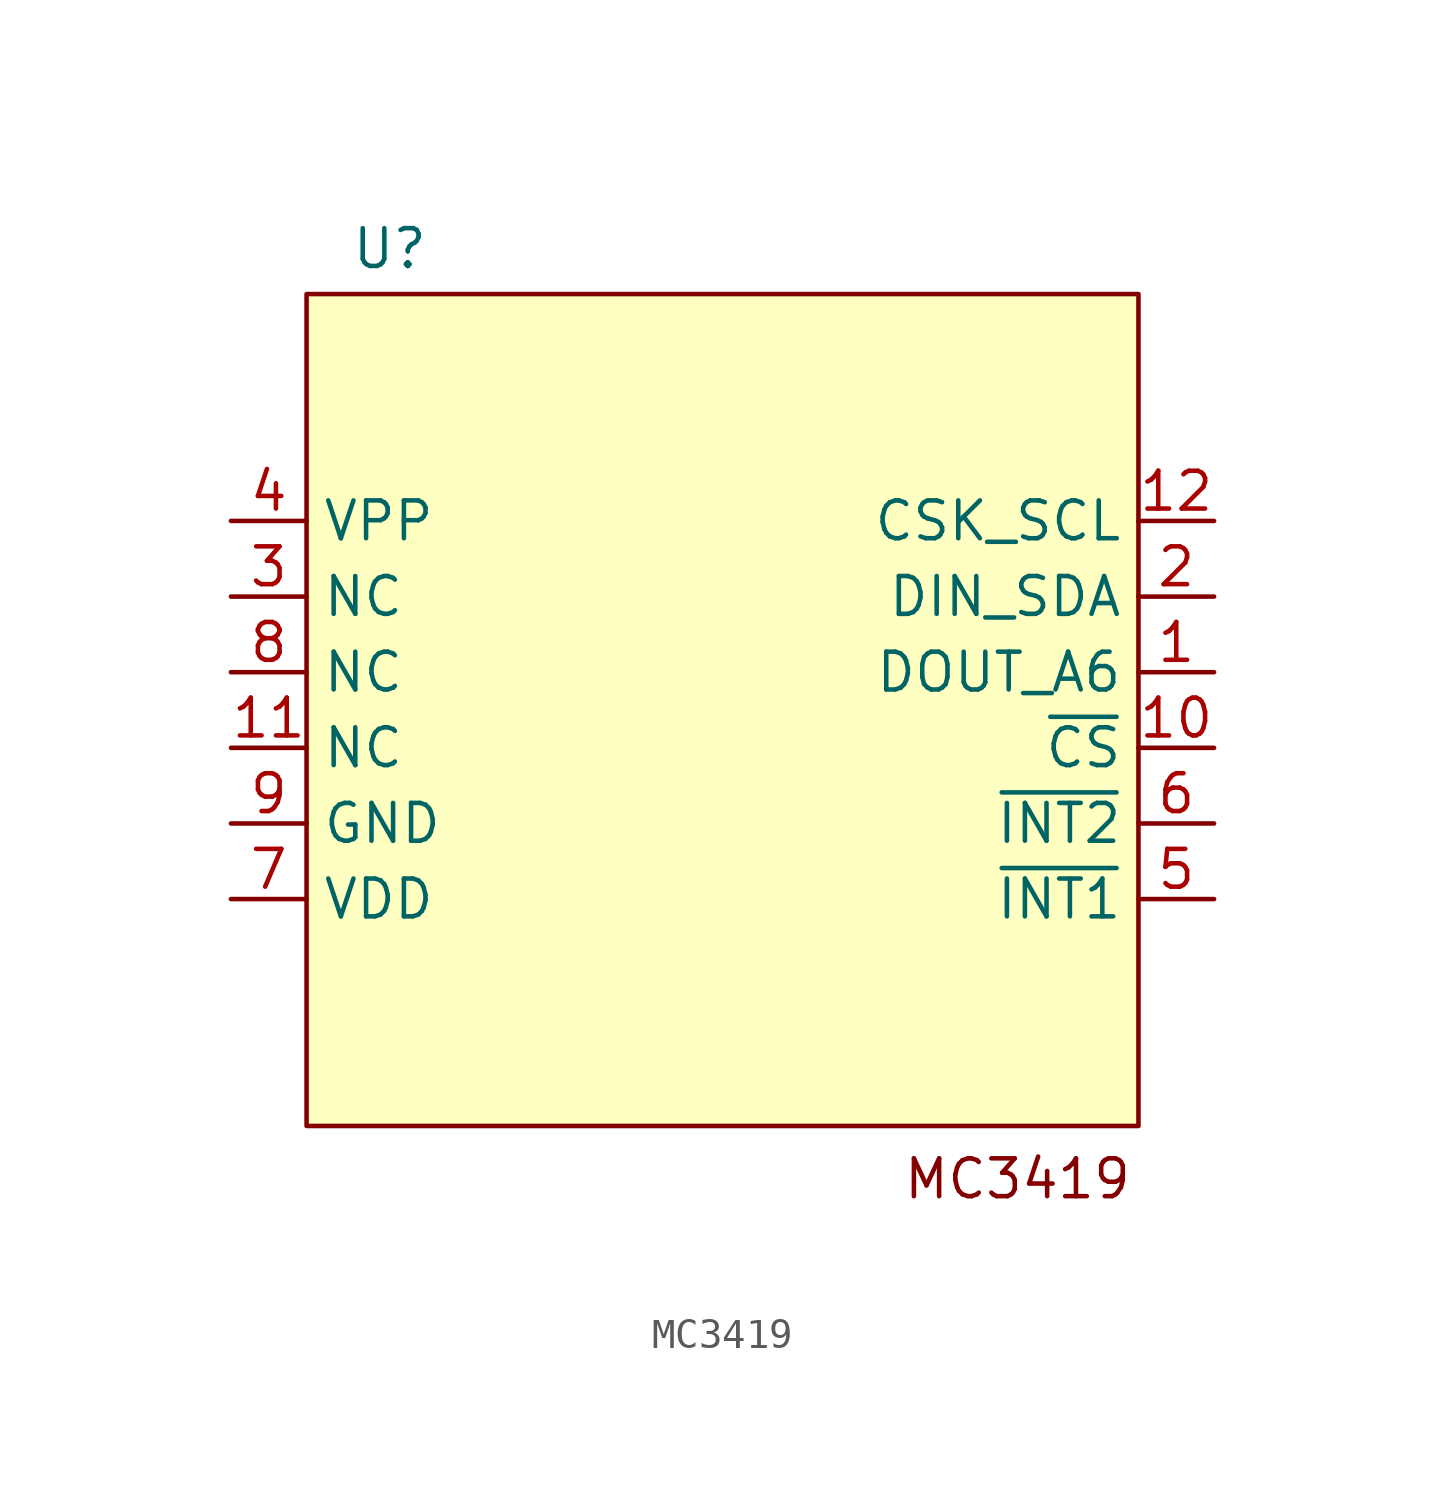
<source format=kicad_sym>
(kicad_symbol_lib
  (version 20241209)
  (generator "kicad_symbol_editor")
  (generator_version "9.0")
  (symbol "MC3419"
    (property "Reference" "U"
      (at -11.176 15.494 0)
      (effects (font (size 1.27 1.27))))
    (property "Value" ""
      (at 0 0 0)
      (effects (font (size 1.27 1.27))))
    (symbol "MC3419_1_1"
      (rectangle (start -13.97 13.97) (end 13.97 -13.97) (stroke (width 0) (type solid)) (fill (type background)))
      (text "MC3419" (at 9.906 -15.748 0) (effects (font (size 1.27 1.27))))
      (pin power_out line (at -16.51 6.35 0) (length 2.54) (name "VPP" (effects (font (size 1.27 1.27)))) (number "4" (effects (font (size 1.27 1.27)))))
      (pin bidirectional line (at -16.51 3.81 0) (length 2.54) (name "NC" (effects (font (size 1.27 1.27)))) (number "3" (effects (font (size 1.27 1.27)))))
      (pin bidirectional line (at -16.51 1.27 0) (length 2.54) (name "NC" (effects (font (size 1.27 1.27)))) (number "8" (effects (font (size 1.27 1.27)))))
      (pin bidirectional line (at -16.51 -1.27 0) (length 2.54) (name "NC" (effects (font (size 1.27 1.27)))) (number "11" (effects (font (size 1.27 1.27)))))
      (pin power_out line (at -16.51 -3.81 0) (length 2.54) (name "GND" (effects (font (size 1.27 1.27)))) (number "9" (effects (font (size 1.27 1.27)))))
      (pin power_in line (at -16.51 -6.35 0) (length 2.54) (name "VDD" (effects (font (size 1.27 1.27)))) (number "7" (effects (font (size 1.27 1.27)))))
      (pin input line (at 16.51 6.35 180) (length 2.54) (name "CSK_SCL" (effects (font (size 1.27 1.27)))) (number "12" (effects (font (size 1.27 1.27)))))
      (pin input line (at 16.51 3.81 180) (length 2.54) (name "DIN_SDA" (effects (font (size 1.27 1.27)))) (number "2" (effects (font (size 1.27 1.27)))))
      (pin output line (at 16.51 1.27 180) (length 2.54) (name "DOUT_A6" (effects (font (size 1.27 1.27)))) (number "1" (effects (font (size 1.27 1.27)))))
      (pin input line (at 16.51 -1.27 180) (length 2.54) (name "~{CS}" (effects (font (size 1.27 1.27)))) (number "10" (effects (font (size 1.27 1.27)))))
      (pin output line (at 16.51 -3.81 180) (length 2.54) (name "~{INT2}" (effects (font (size 1.27 1.27)))) (number "6" (effects (font (size 1.27 1.27)))))
      (pin output line (at 16.51 -6.35 180) (length 2.54) (name "~{INT1}" (effects (font (size 1.27 1.27)))) (number "5" (effects (font (size 1.27 1.27))))))))
</source>
